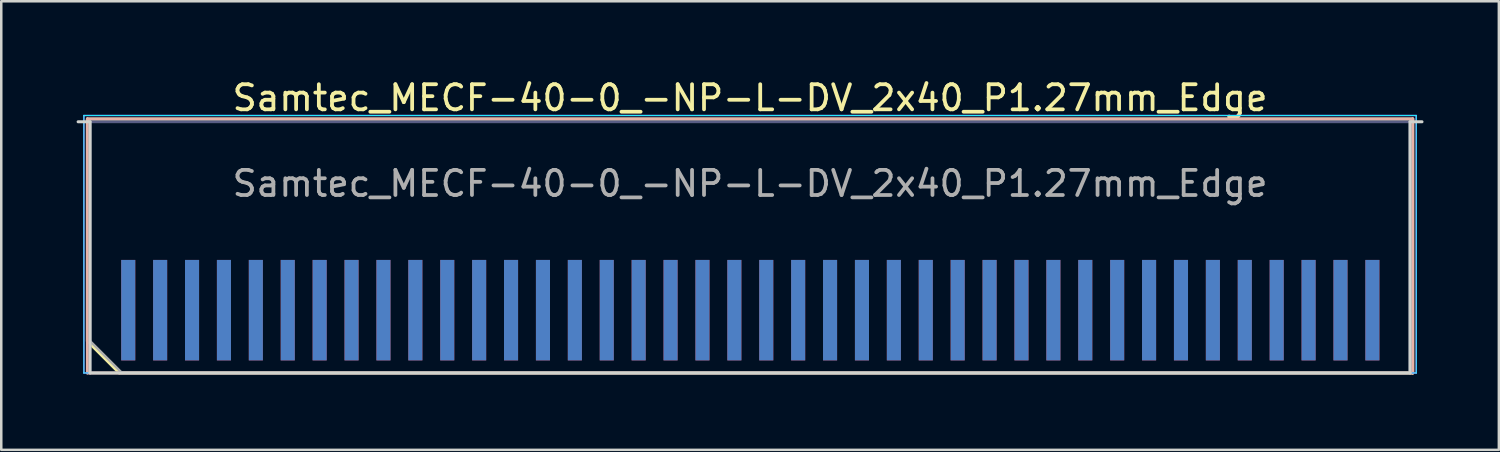
<source format=kicad_pcb>
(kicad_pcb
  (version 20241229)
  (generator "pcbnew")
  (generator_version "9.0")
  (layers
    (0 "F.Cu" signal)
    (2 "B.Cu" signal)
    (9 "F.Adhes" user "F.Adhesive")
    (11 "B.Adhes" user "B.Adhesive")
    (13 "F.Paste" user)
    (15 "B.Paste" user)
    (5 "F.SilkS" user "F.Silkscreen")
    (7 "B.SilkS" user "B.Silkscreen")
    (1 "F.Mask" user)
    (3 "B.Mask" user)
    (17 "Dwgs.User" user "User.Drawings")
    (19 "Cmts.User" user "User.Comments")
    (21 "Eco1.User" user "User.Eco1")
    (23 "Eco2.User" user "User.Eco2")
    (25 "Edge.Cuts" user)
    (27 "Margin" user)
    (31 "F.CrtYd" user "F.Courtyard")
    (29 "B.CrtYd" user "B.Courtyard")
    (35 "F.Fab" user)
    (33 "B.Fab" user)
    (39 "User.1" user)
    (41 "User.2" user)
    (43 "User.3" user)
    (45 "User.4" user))
  (footprint "Samtec_MECF-40-0_-NP-L-DV_2x40_P1.27mm_Edge"
    (layer "F.Cu")
    (at 26.81 6.798)
    (property "Reference" "Samtec_MECF-40-0_-NP-L-DV_2x40_P1.27mm_Edge" (at 0 -5.95 0) (layer "F.SilkS") (effects (font (size 1 1) (thickness 0.15))))
    (attr exclude_from_pos_files exclude_from_bom)
    (fp_line (start -26.38 -5.11) (end 26.38 -5.11) (stroke (width 0.12) (type solid)) (layer "F.SilkS"))
    (fp_line (start -26.38 3.73) (end -26.38 -5.11) (stroke (width 0.12) (type solid)) (layer "F.SilkS"))
    (fp_line (start -25.11 5) (end -26.38 3.73) (stroke (width 0.12) (type solid)) (layer "F.SilkS"))
    (fp_line (start -25.11 5) (end 26.38 5) (stroke (width 0.12) (type solid)) (layer "F.SilkS"))
    (fp_line (start 26.38 5) (end 26.38 -5.11) (stroke (width 0.12) (type solid)) (layer "F.SilkS"))
    (fp_line (start -26.38 -5.11) (end 26.38 -5.11) (stroke (width 0.12) (type solid)) (layer "B.SilkS"))
    (fp_line (start -26.38 5) (end -26.38 -5.11) (stroke (width 0.12) (type solid)) (layer "B.SilkS"))
    (fp_line (start -26.38 5) (end 26.38 5) (stroke (width 0.12) (type solid)) (layer "B.SilkS"))
    (fp_line (start 26.38 5) (end 26.38 -5.11) (stroke (width 0.12) (type solid)) (layer "B.SilkS"))
    (fp_line (start -26.75 -5) (end -26.275 -5) (stroke (width 0.12) (type solid)) (layer "Edge.Cuts"))
    (fp_line (start -26.275 5) (end -26.275 -5) (stroke (width 0.12) (type solid)) (layer "Edge.Cuts"))
    (fp_line (start -26.275 5) (end 26.275 5) (stroke (width 0.12) (type solid)) (layer "Edge.Cuts"))
    (fp_line (start 26.275 5) (end 26.275 -5) (stroke (width 0.12) (type solid)) (layer "Edge.Cuts"))
    (fp_line (start 26.75 -5) (end 26.275 -5) (stroke (width 0.12) (type solid)) (layer "Edge.Cuts"))
    (fp_line (start -26.52 -5.25) (end -26.52 5) (stroke (width 0.05) (type solid)) (layer "B.CrtYd"))
    (fp_line (start -26.52 5) (end 26.52 5) (stroke (width 0.05) (type solid)) (layer "B.CrtYd"))
    (fp_line (start 26.52 -5.25) (end -26.52 -5.25) (stroke (width 0.05) (type solid)) (layer "B.CrtYd"))
    (fp_line (start 26.52 5) (end 26.52 -5.25) (stroke (width 0.05) (type solid)) (layer "B.CrtYd"))
    (fp_line (start -26.52 -5.25) (end -26.52 5) (stroke (width 0.05) (type solid)) (layer "F.CrtYd"))
    (fp_line (start -26.52 5) (end 26.52 5) (stroke (width 0.05) (type solid)) (layer "F.CrtYd"))
    (fp_line (start 26.52 -5.25) (end -26.52 -5.25) (stroke (width 0.05) (type solid)) (layer "F.CrtYd"))
    (fp_line (start 26.52 5) (end 26.52 -5.25) (stroke (width 0.05) (type solid)) (layer "F.CrtYd"))
    (fp_line (start -26.275 -5) (end 26.275 -5) (stroke (width 0.1) (type solid)) (layer "B.Fab"))
    (fp_line (start -26.275 5) (end -26.275 -5) (stroke (width 0.1) (type solid)) (layer "B.Fab"))
    (fp_line (start -26.275 5) (end 26.275 5) (stroke (width 0.1) (type solid)) (layer "B.Fab"))
    (fp_line (start 26.275 5) (end 26.275 -5) (stroke (width 0.1) (type solid)) (layer "B.Fab"))
    (fp_line (start -26.275 -5) (end 26.275 -5) (stroke (width 0.1) (type solid)) (layer "F.Fab"))
    (fp_line (start -26.275 3.73) (end -26.275 -5) (stroke (width 0.1) (type solid)) (layer "F.Fab"))
    (fp_line (start -26.275 3.73) (end -25.005 5) (stroke (width 0.1) (type solid)) (layer "F.Fab"))
    (fp_line (start -25.005 5) (end 26.275 5) (stroke (width 0.1) (type solid)) (layer "F.Fab"))
    (fp_line (start 26.275 5) (end 26.275 -5) (stroke (width 0.1) (type solid)) (layer "F.Fab"))
    (fp_text user "${REFERENCE}" (at 0 -2.54 0) (layer "F.Fab") (effects (font (size 1 1) (thickness 0.15))))
    (pad "1" connect rect (at -24.755 2.5) (size 0.56 4) (layers "F.Cu" "F.Mask"))
    (pad "2" connect rect (at -24.755 2.5) (size 0.56 4) (layers "B.Cu" "B.Mask"))
    (pad "3" connect rect (at -23.485 2.5) (size 0.56 4) (layers "F.Cu" "F.Mask"))
    (pad "4" connect rect (at -23.485 2.5) (size 0.56 4) (layers "B.Cu" "B.Mask"))
    (pad "5" connect rect (at -22.215 2.5) (size 0.56 4) (layers "F.Cu" "F.Mask"))
    (pad "6" connect rect (at -22.215 2.5) (size 0.56 4) (layers "B.Cu" "B.Mask"))
    (pad "7" connect rect (at -20.945 2.5) (size 0.56 4) (layers "F.Cu" "F.Mask"))
    (pad "8" connect rect (at -20.945 2.5) (size 0.56 4) (layers "B.Cu" "B.Mask"))
    (pad "9" connect rect (at -19.675 2.5) (size 0.56 4) (layers "F.Cu" "F.Mask"))
    (pad "10" connect rect (at -19.675 2.5) (size 0.56 4) (layers "B.Cu" "B.Mask"))
    (pad "11" connect rect (at -18.405 2.5) (size 0.56 4) (layers "F.Cu" "F.Mask"))
    (pad "12" connect rect (at -18.405 2.5) (size 0.56 4) (layers "B.Cu" "B.Mask"))
    (pad "13" connect rect (at -17.135 2.5) (size 0.56 4) (layers "F.Cu" "F.Mask"))
    (pad "14" connect rect (at -17.135 2.5) (size 0.56 4) (layers "B.Cu" "B.Mask"))
    (pad "15" connect rect (at -15.865 2.5) (size 0.56 4) (layers "F.Cu" "F.Mask"))
    (pad "16" connect rect (at -15.865 2.5) (size 0.56 4) (layers "B.Cu" "B.Mask"))
    (pad "17" connect rect (at -14.595 2.5) (size 0.56 4) (layers "F.Cu" "F.Mask"))
    (pad "18" connect rect (at -14.595 2.5) (size 0.56 4) (layers "B.Cu" "B.Mask"))
    (pad "19" connect rect (at -13.325 2.5) (size 0.56 4) (layers "F.Cu" "F.Mask"))
    (pad "20" connect rect (at -13.325 2.5) (size 0.56 4) (layers "B.Cu" "B.Mask"))
    (pad "21" connect rect (at -12.055 2.5) (size 0.56 4) (layers "F.Cu" "F.Mask"))
    (pad "22" connect rect (at -12.055 2.5) (size 0.56 4) (layers "B.Cu" "B.Mask"))
    (pad "23" connect rect (at -10.785 2.5) (size 0.56 4) (layers "F.Cu" "F.Mask"))
    (pad "24" connect rect (at -10.785 2.5) (size 0.56 4) (layers "B.Cu" "B.Mask"))
    (pad "25" connect rect (at -9.515 2.5) (size 0.56 4) (layers "F.Cu" "F.Mask"))
    (pad "26" connect rect (at -9.515 2.5) (size 0.56 4) (layers "B.Cu" "B.Mask"))
    (pad "27" connect rect (at -8.245 2.5) (size 0.56 4) (layers "F.Cu" "F.Mask"))
    (pad "28" connect rect (at -8.245 2.5) (size 0.56 4) (layers "B.Cu" "B.Mask"))
    (pad "29" connect rect (at -6.975 2.5) (size 0.56 4) (layers "F.Cu" "F.Mask"))
    (pad "30" connect rect (at -6.975 2.5) (size 0.56 4) (layers "B.Cu" "B.Mask"))
    (pad "31" connect rect (at -5.705 2.5) (size 0.56 4) (layers "F.Cu" "F.Mask"))
    (pad "32" connect rect (at -5.705 2.5) (size 0.56 4) (layers "B.Cu" "B.Mask"))
    (pad "33" connect rect (at -4.435 2.5) (size 0.56 4) (layers "F.Cu" "F.Mask"))
    (pad "34" connect rect (at -4.435 2.5) (size 0.56 4) (layers "B.Cu" "B.Mask"))
    (pad "35" connect rect (at -3.165 2.5) (size 0.56 4) (layers "F.Cu" "F.Mask"))
    (pad "36" connect rect (at -3.165 2.5) (size 0.56 4) (layers "B.Cu" "B.Mask"))
    (pad "37" connect rect (at -1.895 2.5) (size 0.56 4) (layers "F.Cu" "F.Mask"))
    (pad "38" connect rect (at -1.895 2.5) (size 0.56 4) (layers "B.Cu" "B.Mask"))
    (pad "39" connect rect (at -0.625 2.5) (size 0.56 4) (layers "F.Cu" "F.Mask"))
    (pad "40" connect rect (at -0.625 2.5) (size 0.56 4) (layers "B.Cu" "B.Mask"))
    (pad "41" connect rect (at 0.645 2.5) (size 0.56 4) (layers "F.Cu" "F.Mask"))
    (pad "42" connect rect (at 0.645 2.5) (size 0.56 4) (layers "B.Cu" "B.Mask"))
    (pad "43" connect rect (at 1.915 2.5) (size 0.56 4) (layers "F.Cu" "F.Mask"))
    (pad "44" connect rect (at 1.915 2.5) (size 0.56 4) (layers "B.Cu" "B.Mask"))
    (pad "45" connect rect (at 3.185 2.5) (size 0.56 4) (layers "F.Cu" "F.Mask"))
    (pad "46" connect rect (at 3.185 2.5) (size 0.56 4) (layers "B.Cu" "B.Mask"))
    (pad "47" connect rect (at 4.455 2.5) (size 0.56 4) (layers "F.Cu" "F.Mask"))
    (pad "48" connect rect (at 4.455 2.5) (size 0.56 4) (layers "B.Cu" "B.Mask"))
    (pad "49" connect rect (at 5.725 2.5) (size 0.56 4) (layers "F.Cu" "F.Mask"))
    (pad "50" connect rect (at 5.725 2.5) (size 0.56 4) (layers "B.Cu" "B.Mask"))
    (pad "51" connect rect (at 6.995 2.5) (size 0.56 4) (layers "F.Cu" "F.Mask"))
    (pad "52" connect rect (at 6.995 2.5) (size 0.56 4) (layers "B.Cu" "B.Mask"))
    (pad "53" connect rect (at 8.265 2.5) (size 0.56 4) (layers "F.Cu" "F.Mask"))
    (pad "54" connect rect (at 8.265 2.5) (size 0.56 4) (layers "B.Cu" "B.Mask"))
    (pad "55" connect rect (at 9.535 2.5) (size 0.56 4) (layers "F.Cu" "F.Mask"))
    (pad "56" connect rect (at 9.535 2.5) (size 0.56 4) (layers "B.Cu" "B.Mask"))
    (pad "57" connect rect (at 10.805 2.5) (size 0.56 4) (layers "F.Cu" "F.Mask"))
    (pad "58" connect rect (at 10.805 2.5) (size 0.56 4) (layers "B.Cu" "B.Mask"))
    (pad "59" connect rect (at 12.075 2.5) (size 0.56 4) (layers "F.Cu" "F.Mask"))
    (pad "60" connect rect (at 12.075 2.5) (size 0.56 4) (layers "B.Cu" "B.Mask"))
    (pad "61" connect rect (at 13.345 2.5) (size 0.56 4) (layers "F.Cu" "F.Mask"))
    (pad "62" connect rect (at 13.345 2.5) (size 0.56 4) (layers "B.Cu" "B.Mask"))
    (pad "63" connect rect (at 14.615 2.5) (size 0.56 4) (layers "F.Cu" "F.Mask"))
    (pad "64" connect rect (at 14.615 2.5) (size 0.56 4) (layers "B.Cu" "B.Mask"))
    (pad "65" connect rect (at 15.885 2.5) (size 0.56 4) (layers "F.Cu" "F.Mask"))
    (pad "66" connect rect (at 15.885 2.5) (size 0.56 4) (layers "B.Cu" "B.Mask"))
    (pad "67" connect rect (at 17.155 2.5) (size 0.56 4) (layers "F.Cu" "F.Mask"))
    (pad "68" connect rect (at 17.155 2.5) (size 0.56 4) (layers "B.Cu" "B.Mask"))
    (pad "69" connect rect (at 18.425 2.5) (size 0.56 4) (layers "F.Cu" "F.Mask"))
    (pad "70" connect rect (at 18.425 2.5) (size 0.56 4) (layers "B.Cu" "B.Mask"))
    (pad "71" connect rect (at 19.695 2.5) (size 0.56 4) (layers "F.Cu" "F.Mask"))
    (pad "72" connect rect (at 19.695 2.5) (size 0.56 4) (layers "B.Cu" "B.Mask"))
    (pad "73" connect rect (at 20.965 2.5) (size 0.56 4) (layers "F.Cu" "F.Mask"))
    (pad "74" connect rect (at 20.965 2.5) (size 0.56 4) (layers "B.Cu" "B.Mask"))
    (pad "75" connect rect (at 22.235 2.5) (size 0.56 4) (layers "F.Cu" "F.Mask"))
    (pad "76" connect rect (at 22.235 2.5) (size 0.56 4) (layers "B.Cu" "B.Mask"))
    (pad "77" connect rect (at 23.505 2.5) (size 0.56 4) (layers "F.Cu" "F.Mask"))
    (pad "78" connect rect (at 23.505 2.5) (size 0.56 4) (layers "B.Cu" "B.Mask"))
    (pad "79" connect rect (at 24.775 2.5) (size 0.56 4) (layers "F.Cu" "F.Mask"))
    (pad "80" connect rect (at 24.775 2.5) (size 0.56 4) (layers "B.Cu" "B.Mask")))
  (gr_rect
    (start -3 -3)
    (end 56.62 14.858)
    (stroke (width 0.1) (type default))
    (fill no)
    (layer "Edge.Cuts")))
</source>
